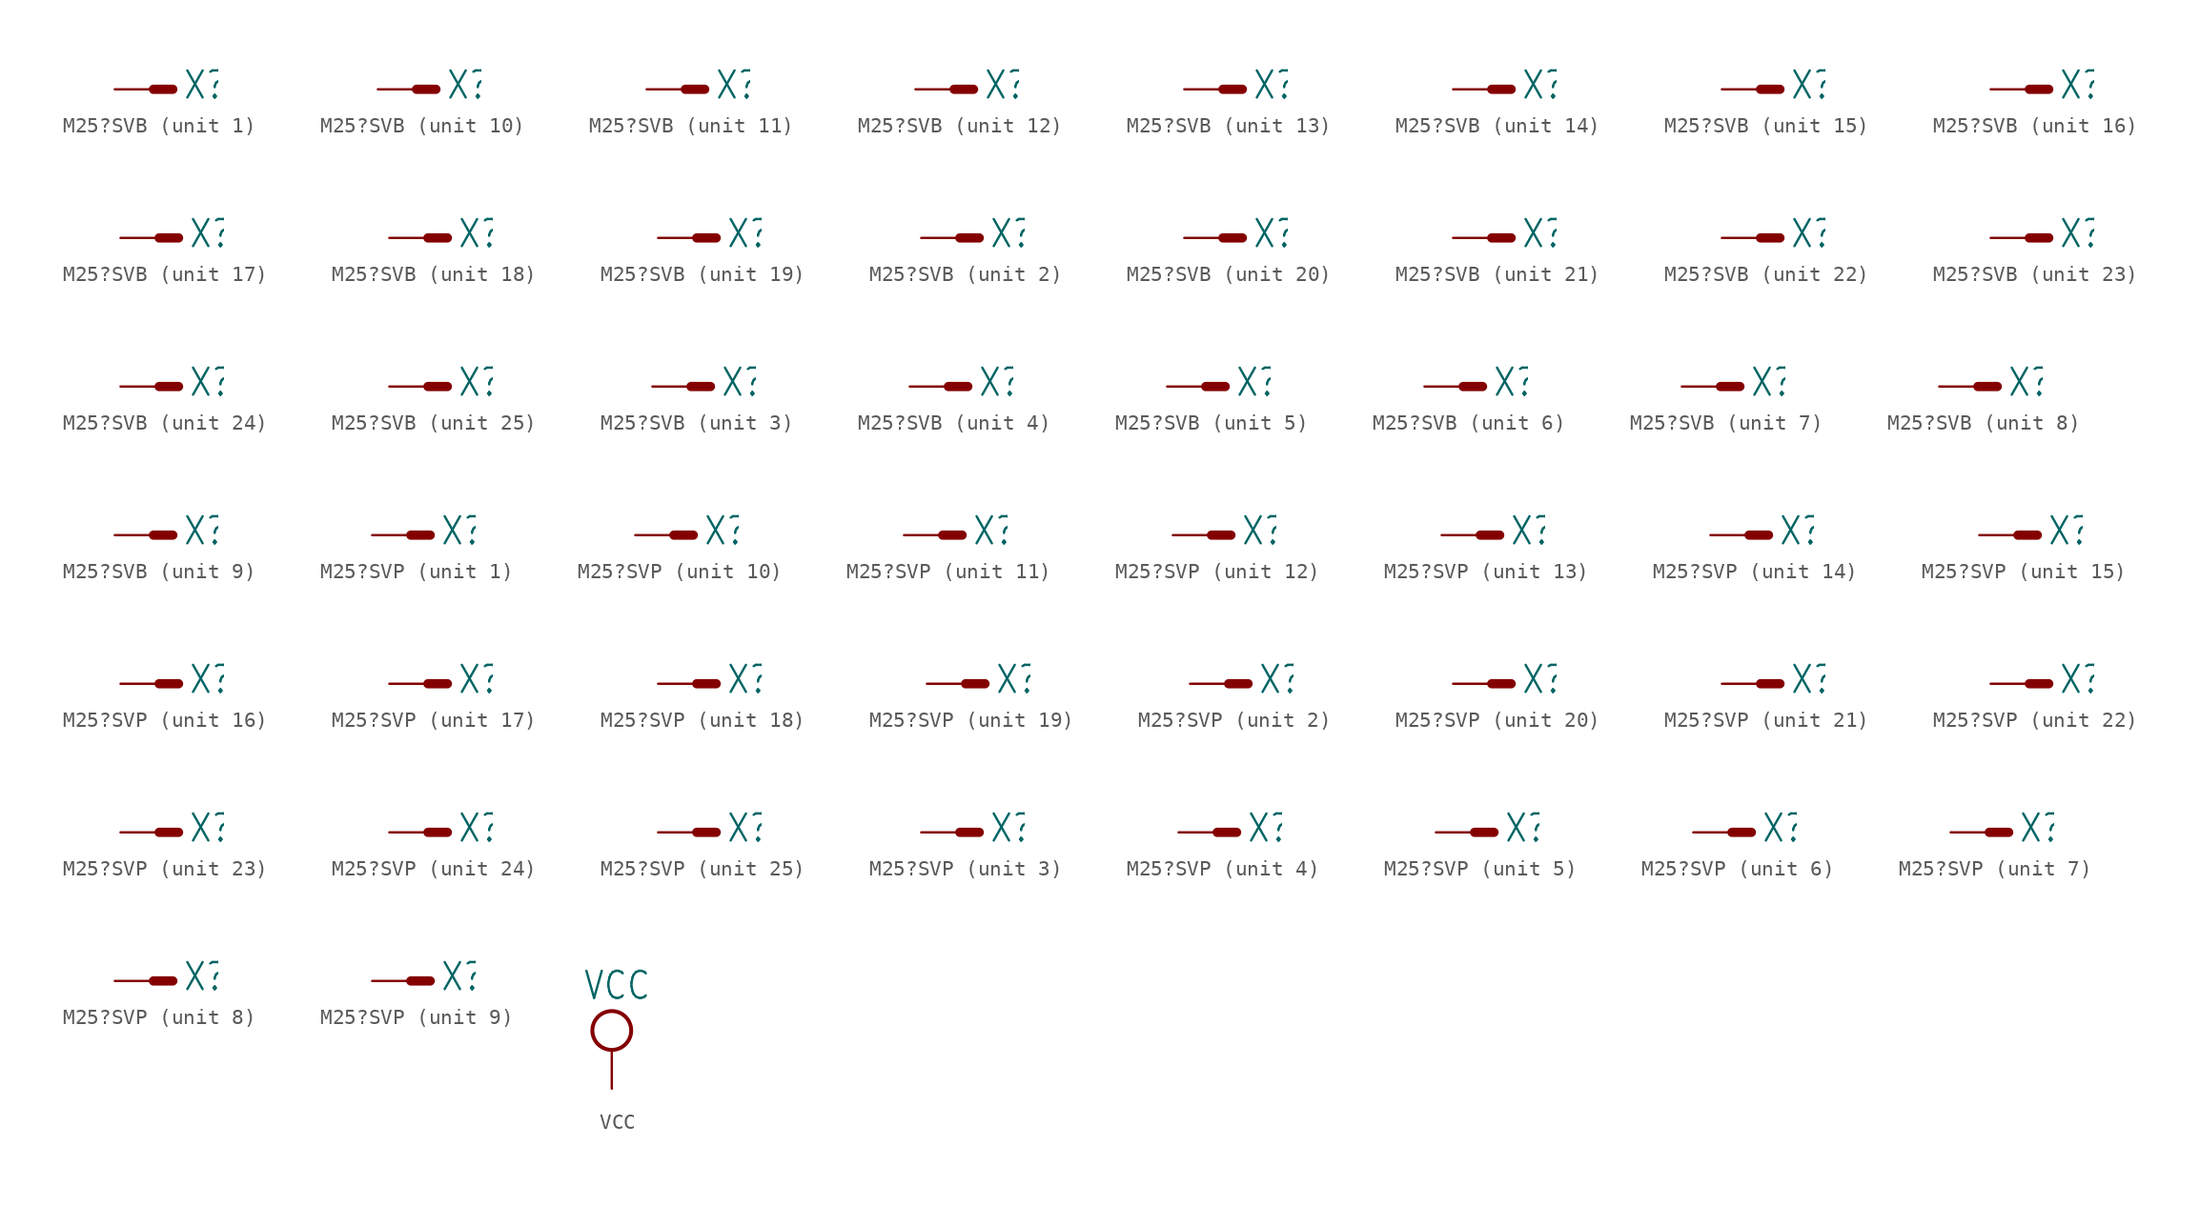
<source format=kicad_sym>
(kicad_symbol_lib
  (version 20220914)
  (generator kicad_symbol_editor)
  (symbol "M25?SVB"
    (property "Reference" "X"
      (at 1.905 -0.762 0)
      (effects (font (size 1.778 1.511)) (justify left bottom)))
    (property "ki_locked" ""
      (at 0 0 0)
      (effects (font (size 1.27 1.27))))
    (symbol "M25?SVB_1_0"
      (polyline (pts (xy 0 0) (xy 1.27 0)) (stroke (width 0.61) (type solid)) (fill (type none)))
      (pin passive line (at -2.54 0 0) (length 2.54) (name "M" (effects (font (size 0 0)))) (number "1" (effects (font (size 0 0))))))
    (symbol "M25?SVB_2_0"
      (polyline (pts (xy 0 0) (xy 1.27 0)) (stroke (width 0.61) (type solid)) (fill (type none)))
      (pin passive line (at -2.54 0 0) (length 2.54) (name "M" (effects (font (size 0 0)))) (number "2" (effects (font (size 0 0))))))
    (symbol "M25?SVB_3_0"
      (polyline (pts (xy 0 0) (xy 1.27 0)) (stroke (width 0.61) (type solid)) (fill (type none)))
      (pin passive line (at -2.54 0 0) (length 2.54) (name "M" (effects (font (size 0 0)))) (number "3" (effects (font (size 0 0))))))
    (symbol "M25?SVB_4_0"
      (polyline (pts (xy 0 0) (xy 1.27 0)) (stroke (width 0.61) (type solid)) (fill (type none)))
      (pin passive line (at -2.54 0 0) (length 2.54) (name "M" (effects (font (size 0 0)))) (number "4" (effects (font (size 0 0))))))
    (symbol "M25?SVB_5_0"
      (polyline (pts (xy 0 0) (xy 1.27 0)) (stroke (width 0.61) (type solid)) (fill (type none)))
      (pin passive line (at -2.54 0 0) (length 2.54) (name "M" (effects (font (size 0 0)))) (number "5" (effects (font (size 0 0))))))
    (symbol "M25?SVB_6_0"
      (polyline (pts (xy 0 0) (xy 1.27 0)) (stroke (width 0.61) (type solid)) (fill (type none)))
      (pin passive line (at -2.54 0 0) (length 2.54) (name "M" (effects (font (size 0 0)))) (number "6" (effects (font (size 0 0))))))
    (symbol "M25?SVB_7_0"
      (polyline (pts (xy 0 0) (xy 1.27 0)) (stroke (width 0.61) (type solid)) (fill (type none)))
      (pin passive line (at -2.54 0 0) (length 2.54) (name "M" (effects (font (size 0 0)))) (number "7" (effects (font (size 0 0))))))
    (symbol "M25?SVB_8_0"
      (polyline (pts (xy 0 0) (xy 1.27 0)) (stroke (width 0.61) (type solid)) (fill (type none)))
      (pin passive line (at -2.54 0 0) (length 2.54) (name "M" (effects (font (size 0 0)))) (number "8" (effects (font (size 0 0))))))
    (symbol "M25?SVB_9_0"
      (polyline (pts (xy 0 0) (xy 1.27 0)) (stroke (width 0.61) (type solid)) (fill (type none)))
      (pin passive line (at -2.54 0 0) (length 2.54) (name "M" (effects (font (size 0 0)))) (number "9" (effects (font (size 0 0))))))
    (symbol "M25?SVB_10_0"
      (polyline (pts (xy 0 0) (xy 1.27 0)) (stroke (width 0.61) (type solid)) (fill (type none)))
      (pin passive line (at -2.54 0 0) (length 2.54) (name "M" (effects (font (size 0 0)))) (number "10" (effects (font (size 0 0))))))
    (symbol "M25?SVB_11_0"
      (polyline (pts (xy 0 0) (xy 1.27 0)) (stroke (width 0.61) (type solid)) (fill (type none)))
      (pin passive line (at -2.54 0 0) (length 2.54) (name "M" (effects (font (size 0 0)))) (number "11" (effects (font (size 0 0))))))
    (symbol "M25?SVB_12_0"
      (polyline (pts (xy 0 0) (xy 1.27 0)) (stroke (width 0.61) (type solid)) (fill (type none)))
      (pin passive line (at -2.54 0 0) (length 2.54) (name "M" (effects (font (size 0 0)))) (number "12" (effects (font (size 0 0))))))
    (symbol "M25?SVB_13_0"
      (polyline (pts (xy 0 0) (xy 1.27 0)) (stroke (width 0.61) (type solid)) (fill (type none)))
      (pin passive line (at -2.54 0 0) (length 2.54) (name "M" (effects (font (size 0 0)))) (number "13" (effects (font (size 0 0))))))
    (symbol "M25?SVB_14_0"
      (polyline (pts (xy 0 0) (xy 1.27 0)) (stroke (width 0.61) (type solid)) (fill (type none)))
      (pin passive line (at -2.54 0 0) (length 2.54) (name "M" (effects (font (size 0 0)))) (number "14" (effects (font (size 0 0))))))
    (symbol "M25?SVB_15_0"
      (polyline (pts (xy 0 0) (xy 1.27 0)) (stroke (width 0.61) (type solid)) (fill (type none)))
      (pin passive line (at -2.54 0 0) (length 2.54) (name "M" (effects (font (size 0 0)))) (number "15" (effects (font (size 0 0))))))
    (symbol "M25?SVB_16_0"
      (polyline (pts (xy 0 0) (xy 1.27 0)) (stroke (width 0.61) (type solid)) (fill (type none)))
      (pin passive line (at -2.54 0 0) (length 2.54) (name "M" (effects (font (size 0 0)))) (number "16" (effects (font (size 0 0))))))
    (symbol "M25?SVB_17_0"
      (polyline (pts (xy 0 0) (xy 1.27 0)) (stroke (width 0.61) (type solid)) (fill (type none)))
      (pin passive line (at -2.54 0 0) (length 2.54) (name "M" (effects (font (size 0 0)))) (number "17" (effects (font (size 0 0))))))
    (symbol "M25?SVB_18_0"
      (polyline (pts (xy 0 0) (xy 1.27 0)) (stroke (width 0.61) (type solid)) (fill (type none)))
      (pin passive line (at -2.54 0 0) (length 2.54) (name "M" (effects (font (size 0 0)))) (number "18" (effects (font (size 0 0))))))
    (symbol "M25?SVB_19_0"
      (polyline (pts (xy 0 0) (xy 1.27 0)) (stroke (width 0.61) (type solid)) (fill (type none)))
      (pin passive line (at -2.54 0 0) (length 2.54) (name "M" (effects (font (size 0 0)))) (number "19" (effects (font (size 0 0))))))
    (symbol "M25?SVB_20_0"
      (polyline (pts (xy 0 0) (xy 1.27 0)) (stroke (width 0.61) (type solid)) (fill (type none)))
      (pin passive line (at -2.54 0 0) (length 2.54) (name "M" (effects (font (size 0 0)))) (number "20" (effects (font (size 0 0))))))
    (symbol "M25?SVB_21_0"
      (polyline (pts (xy 0 0) (xy 1.27 0)) (stroke (width 0.61) (type solid)) (fill (type none)))
      (pin passive line (at -2.54 0 0) (length 2.54) (name "M" (effects (font (size 0 0)))) (number "21" (effects (font (size 0 0))))))
    (symbol "M25?SVB_22_0"
      (polyline (pts (xy 0 0) (xy 1.27 0)) (stroke (width 0.61) (type solid)) (fill (type none)))
      (pin passive line (at -2.54 0 0) (length 2.54) (name "M" (effects (font (size 0 0)))) (number "22" (effects (font (size 0 0))))))
    (symbol "M25?SVB_23_0"
      (polyline (pts (xy 0 0) (xy 1.27 0)) (stroke (width 0.61) (type solid)) (fill (type none)))
      (pin passive line (at -2.54 0 0) (length 2.54) (name "M" (effects (font (size 0 0)))) (number "23" (effects (font (size 0 0))))))
    (symbol "M25?SVB_24_0"
      (polyline (pts (xy 0 0) (xy 1.27 0)) (stroke (width 0.61) (type solid)) (fill (type none)))
      (pin passive line (at -2.54 0 0) (length 2.54) (name "M" (effects (font (size 0 0)))) (number "24" (effects (font (size 0 0))))))
    (symbol "M25?SVB_25_0"
      (polyline (pts (xy 0 0) (xy 1.27 0)) (stroke (width 0.61) (type solid)) (fill (type none)))
      (pin passive line (at -2.54 0 0) (length 2.54) (name "M" (effects (font (size 0 0)))) (number "25" (effects (font (size 0 0)))))))
  (symbol "M25?SVP"
    (property "Reference" "X"
      (at 1.905 -0.762 0)
      (effects (font (size 1.778 1.511)) (justify left bottom)))
    (property "ki_locked" ""
      (at 0 0 0)
      (effects (font (size 1.27 1.27))))
    (symbol "M25?SVP_1_0"
      (polyline (pts (xy 0 0) (xy 1.27 0)) (stroke (width 0.61) (type solid)) (fill (type none)))
      (pin passive line (at -2.54 0 0) (length 2.54) (name "M" (effects (font (size 0 0)))) (number "1" (effects (font (size 0 0))))))
    (symbol "M25?SVP_2_0"
      (polyline (pts (xy 0 0) (xy 1.27 0)) (stroke (width 0.61) (type solid)) (fill (type none)))
      (pin passive line (at -2.54 0 0) (length 2.54) (name "M" (effects (font (size 0 0)))) (number "2" (effects (font (size 0 0))))))
    (symbol "M25?SVP_3_0"
      (polyline (pts (xy 0 0) (xy 1.27 0)) (stroke (width 0.61) (type solid)) (fill (type none)))
      (pin passive line (at -2.54 0 0) (length 2.54) (name "M" (effects (font (size 0 0)))) (number "3" (effects (font (size 0 0))))))
    (symbol "M25?SVP_4_0"
      (polyline (pts (xy 0 0) (xy 1.27 0)) (stroke (width 0.61) (type solid)) (fill (type none)))
      (pin passive line (at -2.54 0 0) (length 2.54) (name "M" (effects (font (size 0 0)))) (number "4" (effects (font (size 0 0))))))
    (symbol "M25?SVP_5_0"
      (polyline (pts (xy 0 0) (xy 1.27 0)) (stroke (width 0.61) (type solid)) (fill (type none)))
      (pin passive line (at -2.54 0 0) (length 2.54) (name "M" (effects (font (size 0 0)))) (number "5" (effects (font (size 0 0))))))
    (symbol "M25?SVP_6_0"
      (polyline (pts (xy 0 0) (xy 1.27 0)) (stroke (width 0.61) (type solid)) (fill (type none)))
      (pin passive line (at -2.54 0 0) (length 2.54) (name "M" (effects (font (size 0 0)))) (number "6" (effects (font (size 0 0))))))
    (symbol "M25?SVP_7_0"
      (polyline (pts (xy 0 0) (xy 1.27 0)) (stroke (width 0.61) (type solid)) (fill (type none)))
      (pin passive line (at -2.54 0 0) (length 2.54) (name "M" (effects (font (size 0 0)))) (number "7" (effects (font (size 0 0))))))
    (symbol "M25?SVP_8_0"
      (polyline (pts (xy 0 0) (xy 1.27 0)) (stroke (width 0.61) (type solid)) (fill (type none)))
      (pin passive line (at -2.54 0 0) (length 2.54) (name "M" (effects (font (size 0 0)))) (number "8" (effects (font (size 0 0))))))
    (symbol "M25?SVP_9_0"
      (polyline (pts (xy 0 0) (xy 1.27 0)) (stroke (width 0.61) (type solid)) (fill (type none)))
      (pin passive line (at -2.54 0 0) (length 2.54) (name "M" (effects (font (size 0 0)))) (number "9" (effects (font (size 0 0))))))
    (symbol "M25?SVP_10_0"
      (polyline (pts (xy 0 0) (xy 1.27 0)) (stroke (width 0.61) (type solid)) (fill (type none)))
      (pin passive line (at -2.54 0 0) (length 2.54) (name "M" (effects (font (size 0 0)))) (number "10" (effects (font (size 0 0))))))
    (symbol "M25?SVP_11_0"
      (polyline (pts (xy 0 0) (xy 1.27 0)) (stroke (width 0.61) (type solid)) (fill (type none)))
      (pin passive line (at -2.54 0 0) (length 2.54) (name "M" (effects (font (size 0 0)))) (number "11" (effects (font (size 0 0))))))
    (symbol "M25?SVP_12_0"
      (polyline (pts (xy 0 0) (xy 1.27 0)) (stroke (width 0.61) (type solid)) (fill (type none)))
      (pin passive line (at -2.54 0 0) (length 2.54) (name "M" (effects (font (size 0 0)))) (number "12" (effects (font (size 0 0))))))
    (symbol "M25?SVP_13_0"
      (polyline (pts (xy 0 0) (xy 1.27 0)) (stroke (width 0.61) (type solid)) (fill (type none)))
      (pin passive line (at -2.54 0 0) (length 2.54) (name "M" (effects (font (size 0 0)))) (number "13" (effects (font (size 0 0))))))
    (symbol "M25?SVP_14_0"
      (polyline (pts (xy 0 0) (xy 1.27 0)) (stroke (width 0.61) (type solid)) (fill (type none)))
      (pin passive line (at -2.54 0 0) (length 2.54) (name "M" (effects (font (size 0 0)))) (number "14" (effects (font (size 0 0))))))
    (symbol "M25?SVP_15_0"
      (polyline (pts (xy 0 0) (xy 1.27 0)) (stroke (width 0.61) (type solid)) (fill (type none)))
      (pin passive line (at -2.54 0 0) (length 2.54) (name "M" (effects (font (size 0 0)))) (number "15" (effects (font (size 0 0))))))
    (symbol "M25?SVP_16_0"
      (polyline (pts (xy 0 0) (xy 1.27 0)) (stroke (width 0.61) (type solid)) (fill (type none)))
      (pin passive line (at -2.54 0 0) (length 2.54) (name "M" (effects (font (size 0 0)))) (number "16" (effects (font (size 0 0))))))
    (symbol "M25?SVP_17_0"
      (polyline (pts (xy 0 0) (xy 1.27 0)) (stroke (width 0.61) (type solid)) (fill (type none)))
      (pin passive line (at -2.54 0 0) (length 2.54) (name "M" (effects (font (size 0 0)))) (number "17" (effects (font (size 0 0))))))
    (symbol "M25?SVP_18_0"
      (polyline (pts (xy 0 0) (xy 1.27 0)) (stroke (width 0.61) (type solid)) (fill (type none)))
      (pin passive line (at -2.54 0 0) (length 2.54) (name "M" (effects (font (size 0 0)))) (number "18" (effects (font (size 0 0))))))
    (symbol "M25?SVP_19_0"
      (polyline (pts (xy 0 0) (xy 1.27 0)) (stroke (width 0.61) (type solid)) (fill (type none)))
      (pin passive line (at -2.54 0 0) (length 2.54) (name "M" (effects (font (size 0 0)))) (number "19" (effects (font (size 0 0))))))
    (symbol "M25?SVP_20_0"
      (polyline (pts (xy 0 0) (xy 1.27 0)) (stroke (width 0.61) (type solid)) (fill (type none)))
      (pin passive line (at -2.54 0 0) (length 2.54) (name "M" (effects (font (size 0 0)))) (number "20" (effects (font (size 0 0))))))
    (symbol "M25?SVP_21_0"
      (polyline (pts (xy 0 0) (xy 1.27 0)) (stroke (width 0.61) (type solid)) (fill (type none)))
      (pin passive line (at -2.54 0 0) (length 2.54) (name "M" (effects (font (size 0 0)))) (number "21" (effects (font (size 0 0))))))
    (symbol "M25?SVP_22_0"
      (polyline (pts (xy 0 0) (xy 1.27 0)) (stroke (width 0.61) (type solid)) (fill (type none)))
      (pin passive line (at -2.54 0 0) (length 2.54) (name "M" (effects (font (size 0 0)))) (number "22" (effects (font (size 0 0))))))
    (symbol "M25?SVP_23_0"
      (polyline (pts (xy 0 0) (xy 1.27 0)) (stroke (width 0.61) (type solid)) (fill (type none)))
      (pin passive line (at -2.54 0 0) (length 2.54) (name "M" (effects (font (size 0 0)))) (number "23" (effects (font (size 0 0))))))
    (symbol "M25?SVP_24_0"
      (polyline (pts (xy 0 0) (xy 1.27 0)) (stroke (width 0.61) (type solid)) (fill (type none)))
      (pin passive line (at -2.54 0 0) (length 2.54) (name "M" (effects (font (size 0 0)))) (number "24" (effects (font (size 0 0))))))
    (symbol "M25?SVP_25_0"
      (polyline (pts (xy 0 0) (xy 1.27 0)) (stroke (width 0.61) (type solid)) (fill (type none)))
      (pin passive line (at -2.54 0 0) (length 2.54) (name "M" (effects (font (size 0 0)))) (number "25" (effects (font (size 0 0)))))))
  (symbol "VCC"
    (power)
    (property "Reference" "#SUPPLY"
      (at 0 0 0)
      (effects (font (size 1.27 1.27)) hide))
    (property "Value" "VCC"
      (at -1.905 3.175 0)
      (effects (font (size 1.778 1.511)) (justify left bottom)))
    (property "ki_locked" ""
      (at 0 0 0)
      (effects (font (size 1.27 1.27))))
    (symbol "VCC_1_0"
      (circle (center 0 1.27) (radius 1.27) (stroke (width 0.254) (type solid)) (fill (type none)))
      (pin power_in line (at 0 -2.54 90) (length 2.54) (name "VCC" (effects (font (size 0 0)))) (number "1" (effects (font (size 0 0))))))))
</source>
